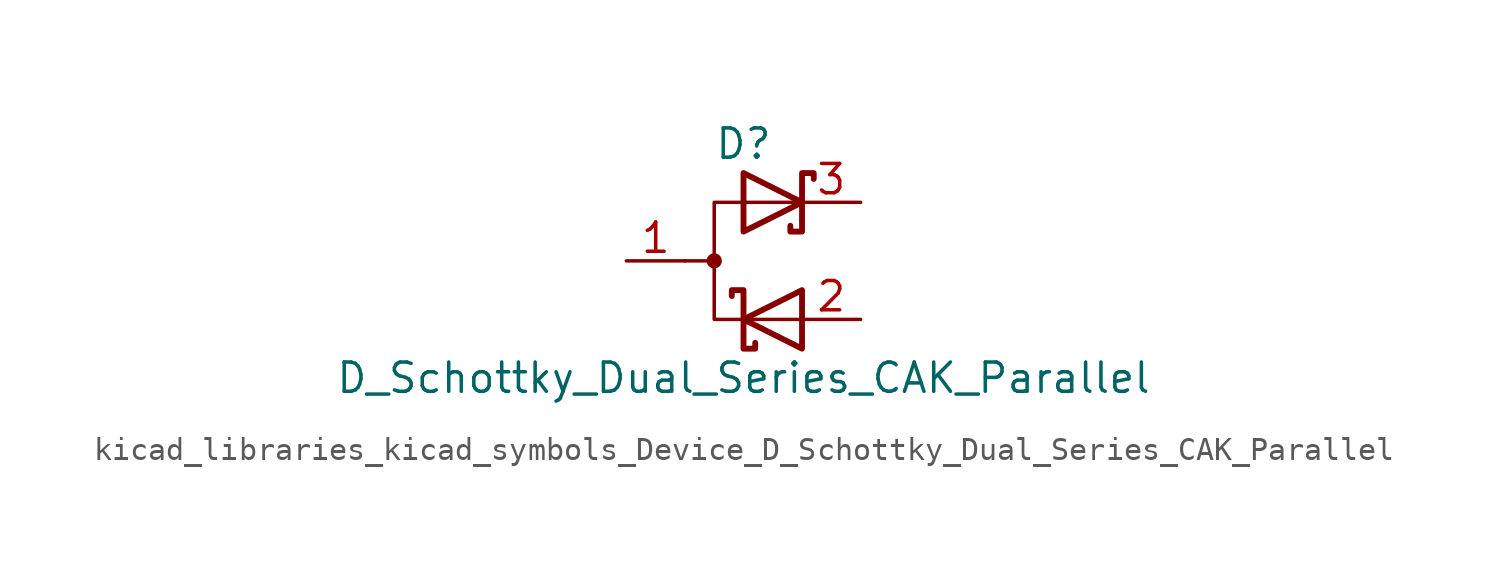
<source format=kicad_sym>
(kicad_symbol_lib
  (version 20220914)
  (generator kicad_symbol_editor)
  (symbol "kicad_libraries_kicad_symbols_Device_D_Schottky_Dual_Series_CAK_Parallel"
    (pin_names
      (offset 0.762) hide)
    (property "Reference" "D"
      (at 0 5.08 0)
      (effects (font (size 1.27 1.27))))
    (property "Value" "D_Schottky_Dual_Series_CAK_Parallel"
      (at 0 -5.08 0)
      (effects (font (size 1.27 1.27))))
    (symbol "kicad_libraries_kicad_symbols_Device_D_Schottky_Dual_Series_CAK_Parallel_0_1"
      (circle (center -1.27 0) (radius 0.254) (stroke (width 0) (type default)) (fill (type outline)))
      (polyline (pts (xy -1.27 0) (xy -2.54 0)) (stroke (width 0) (type default)) (fill (type none)))
      (polyline (pts (xy 2.54 2.54) (xy -1.27 2.54) (xy -1.27 -2.54) (xy 2.54 -2.54)) (stroke (width 0) (type default)) (fill (type none)))
      (polyline (pts (xy -0.508 -1.524) (xy -0.508 -1.27) (xy 0 -1.27) (xy 0 -3.81) (xy 0.508 -3.81) (xy 0.508 -3.556)) (stroke (width 0.254) (type default)) (fill (type none)))
      (polyline (pts (xy 0 3.81) (xy 2.54 2.54) (xy 0 1.27) (xy 0 3.81) (xy 0 3.81) (xy 0 3.81)) (stroke (width 0.254) (type default)) (fill (type none)))
      (polyline (pts (xy 2.54 -1.27) (xy 0 -2.54) (xy 2.54 -3.81) (xy 2.54 -1.27) (xy 2.54 -1.27) (xy 2.54 -1.27)) (stroke (width 0.254) (type default)) (fill (type none)))
      (polyline (pts (xy 3.048 3.556) (xy 3.048 3.81) (xy 2.54 3.81) (xy 2.54 1.27) (xy 2.032 1.27) (xy 2.032 1.524)) (stroke (width 0.254) (type default)) (fill (type none)))
      (pin passive line (at -5.08 0 0) (length 2.54) (name "A" (effects (font (size 1.27 1.27)))) (number "1" (effects (font (size 1.27 1.27)))))
      (pin passive line (at 5.08 -2.54 180) (length 2.54) (name "K" (effects (font (size 1.27 1.27)))) (number "2" (effects (font (size 1.27 1.27)))))
      (pin passive line (at 5.08 2.54 180) (length 2.54) (name "K" (effects (font (size 1.27 1.27)))) (number "3" (effects (font (size 1.27 1.27))))))))
</source>
